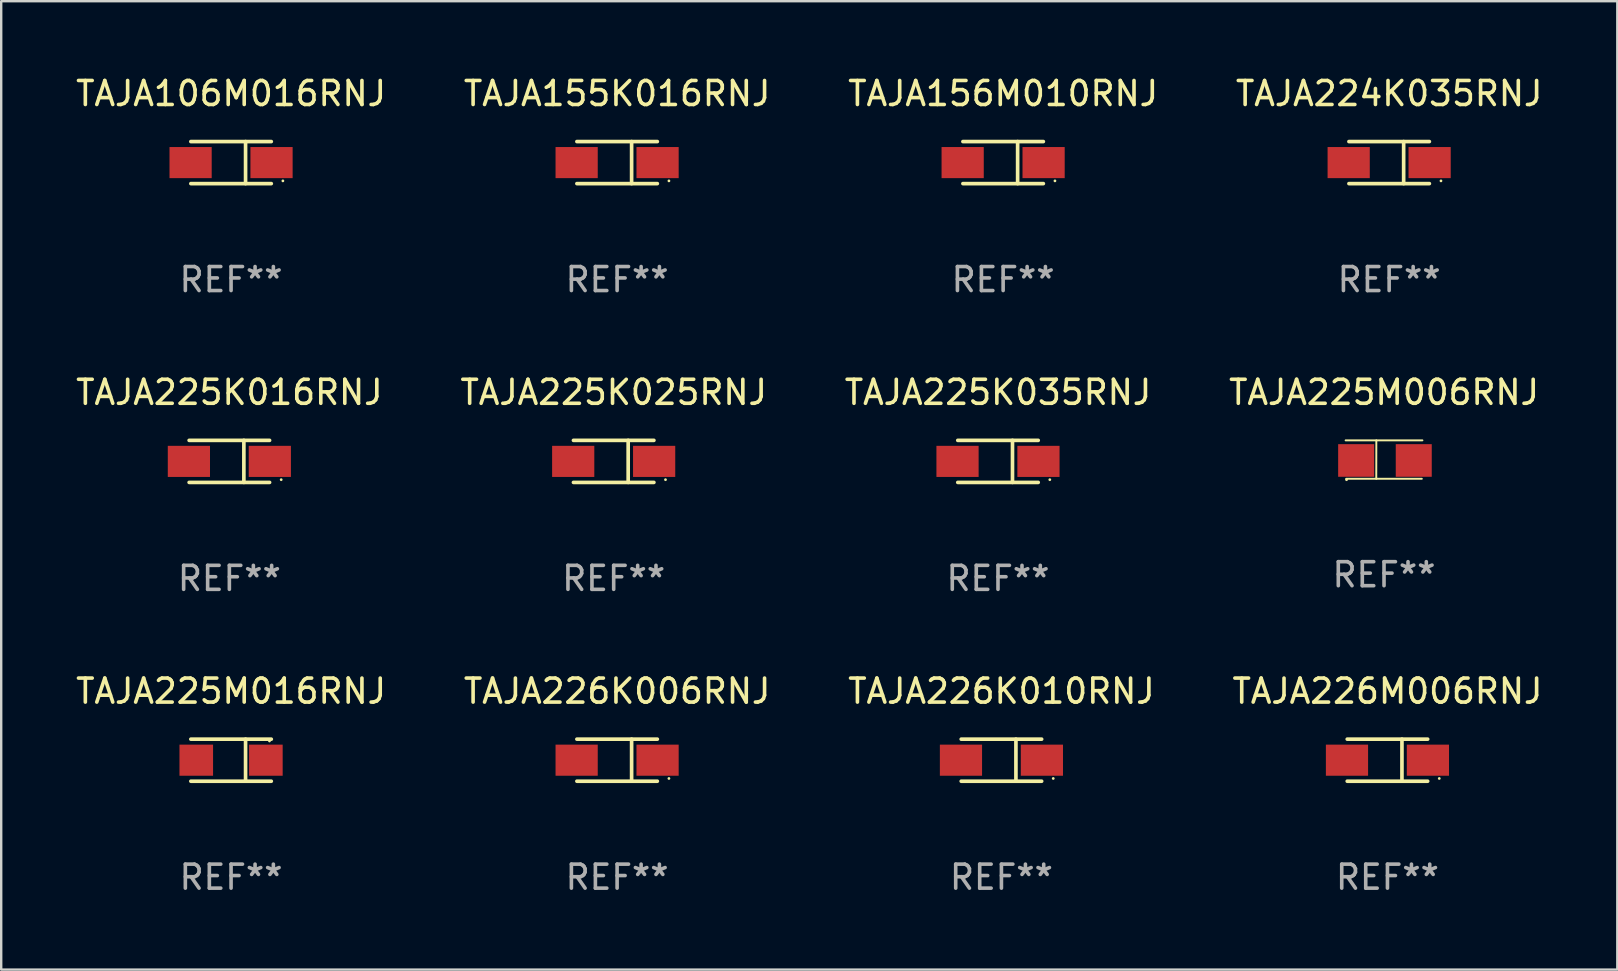
<source format=kicad_pcb>
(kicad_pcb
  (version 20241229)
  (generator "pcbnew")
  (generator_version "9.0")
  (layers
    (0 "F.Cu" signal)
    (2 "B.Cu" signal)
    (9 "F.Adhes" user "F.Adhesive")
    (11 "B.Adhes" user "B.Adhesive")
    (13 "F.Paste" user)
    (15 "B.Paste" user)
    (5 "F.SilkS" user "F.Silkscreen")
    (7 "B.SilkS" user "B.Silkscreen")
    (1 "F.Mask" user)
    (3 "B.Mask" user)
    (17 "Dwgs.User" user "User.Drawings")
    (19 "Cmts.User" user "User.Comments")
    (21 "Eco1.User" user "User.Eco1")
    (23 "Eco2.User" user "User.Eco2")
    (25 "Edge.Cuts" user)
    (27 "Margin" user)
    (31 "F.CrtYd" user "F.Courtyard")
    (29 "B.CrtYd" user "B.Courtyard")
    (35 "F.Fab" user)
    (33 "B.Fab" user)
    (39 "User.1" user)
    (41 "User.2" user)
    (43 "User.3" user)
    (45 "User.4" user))
  (footprint "TAJA225K016RNJ"
    (layer "F.Cu")
    (at 6.506 16.173)
    (property "Reference" "TAJA225K016RNJ" (at 0 -2.876 0) (layer "F.SilkS") (effects (font (size 1 1) (thickness 0.15))))
    (attr through_hole)
    (fp_line (start -1.676 -0.876) (end 1.676 -0.876) (stroke (width 0.152) (type solid)) (layer "F.SilkS"))
    (fp_line (start -1.676 0.876) (end 1.676 0.876) (stroke (width 0.152) (type solid)) (layer "F.SilkS"))
    (fp_line (start 0.604 -0.876) (end 0.604 0.876) (stroke (width 0.152) (type solid)) (layer "F.SilkS"))
    (fp_circle (center 2.159 0.762) (end 2.189 0.762) (stroke (width 0.06) (type solid)) (fill no) (layer "F.SilkS"))
    (fp_text user "REF**" (at 0 4.876 0) (layer "F.Fab") (effects (font (size 1 1) (thickness 0.15))))
    (pad "1" smd rect (at 1.686 0) (size 1.758 1.296) (layers "F.Cu" "F.Mask" "F.Paste"))
    (pad "2" smd rect (at -1.686 0) (size 1.758 1.296) (layers "F.Cu" "F.Mask" "F.Paste")))
  (footprint "TAJA106M016RNJ"
    (layer "F.Cu")
    (at 6.577 3.724)
    (property "Reference" "TAJA106M016RNJ" (at 0 -2.876 0) (layer "F.SilkS") (effects (font (size 1 1) (thickness 0.15))))
    (attr through_hole)
    (fp_line (start -1.676 -0.876) (end 1.676 -0.876) (stroke (width 0.152) (type solid)) (layer "F.SilkS"))
    (fp_line (start -1.676 0.876) (end 1.676 0.876) (stroke (width 0.152) (type solid)) (layer "F.SilkS"))
    (fp_line (start 0.604 -0.876) (end 0.604 0.876) (stroke (width 0.152) (type solid)) (layer "F.SilkS"))
    (fp_circle (center 2.159 0.762) (end 2.189 0.762) (stroke (width 0.06) (type solid)) (fill no) (layer "F.SilkS"))
    (fp_text user "REF**" (at 0 4.876 0) (layer "F.Fab") (effects (font (size 1 1) (thickness 0.15))))
    (pad "1" smd rect (at 1.686 0) (size 1.758 1.296) (layers "F.Cu" "F.Mask" "F.Paste"))
    (pad "2" smd rect (at -1.686 0) (size 1.758 1.296) (layers "F.Cu" "F.Mask" "F.Paste")))
  (footprint "TAJA225M016RNJ"
    (layer "F.Cu")
    (at 6.577 28.622)
    (property "Reference" "TAJA225M016RNJ" (at 0 -2.876 0) (layer "F.SilkS") (effects (font (size 1 1) (thickness 0.15))))
    (attr through_hole)
    (fp_line (start -1.676 -0.876) (end 1.676 -0.876) (stroke (width 0.152) (type solid)) (layer "F.SilkS"))
    (fp_line (start -1.676 0.876) (end 1.676 0.876) (stroke (width 0.152) (type solid)) (layer "F.SilkS"))
    (fp_line (start 0.604 -0.876) (end 0.604 0.876) (stroke (width 0.152) (type solid)) (layer "F.SilkS"))
    (fp_circle (center 1.6 -0.8) (end 1.63 -0.8) (stroke (width 0.06) (type solid)) (fill no) (layer "F.SilkS"))
    (fp_text user "REF**" (at 0 4.876 0) (layer "F.Fab") (effects (font (size 1 1) (thickness 0.15))))
    (pad "1" smd rect (at 1.45 0) (size 1.4 1.296) (layers "F.Cu" "F.Mask" "F.Paste"))
    (pad "2" smd rect (at -1.45 0) (size 1.4 1.296) (layers "F.Cu" "F.Mask" "F.Paste")))
  (footprint "TAJA225K035RNJ"
    (layer "F.Cu")
    (at 38.53 16.173)
    (property "Reference" "TAJA225K035RNJ" (at 0 -2.876 0) (layer "F.SilkS") (effects (font (size 1 1) (thickness 0.15))))
    (attr through_hole)
    (fp_line (start -1.676 -0.876) (end 1.676 -0.876) (stroke (width 0.152) (type solid)) (layer "F.SilkS"))
    (fp_line (start -1.676 0.876) (end 1.676 0.876) (stroke (width 0.152) (type solid)) (layer "F.SilkS"))
    (fp_line (start 0.604 -0.876) (end 0.604 0.876) (stroke (width 0.152) (type solid)) (layer "F.SilkS"))
    (fp_circle (center 2.159 0.762) (end 2.189 0.762) (stroke (width 0.06) (type solid)) (fill no) (layer "F.SilkS"))
    (fp_text user "REF**" (at 0 4.876 0) (layer "F.Fab") (effects (font (size 1 1) (thickness 0.15))))
    (pad "1" smd rect (at 1.686 0) (size 1.758 1.296) (layers "F.Cu" "F.Mask" "F.Paste"))
    (pad "2" smd rect (at -1.686 0) (size 1.758 1.296) (layers "F.Cu" "F.Mask" "F.Paste")))
  (footprint "TAJA156M010RNJ"
    (layer "F.Cu")
    (at 38.744 3.724)
    (property "Reference" "TAJA156M010RNJ" (at 0 -2.876 0) (layer "F.SilkS") (effects (font (size 1 1) (thickness 0.15))))
    (attr through_hole)
    (fp_line (start -1.676 -0.876) (end 1.676 -0.876) (stroke (width 0.152) (type solid)) (layer "F.SilkS"))
    (fp_line (start -1.676 0.876) (end 1.676 0.876) (stroke (width 0.152) (type solid)) (layer "F.SilkS"))
    (fp_line (start 0.604 -0.876) (end 0.604 0.876) (stroke (width 0.152) (type solid)) (layer "F.SilkS"))
    (fp_circle (center 2.159 0.762) (end 2.189 0.762) (stroke (width 0.06) (type solid)) (fill no) (layer "F.SilkS"))
    (fp_text user "REF**" (at 0 4.876 0) (layer "F.Fab") (effects (font (size 1 1) (thickness 0.15))))
    (pad "1" smd rect (at 1.686 0) (size 1.758 1.296) (layers "F.Cu" "F.Mask" "F.Paste"))
    (pad "2" smd rect (at -1.686 0) (size 1.758 1.296) (layers "F.Cu" "F.Mask" "F.Paste")))
  (footprint "TAJA224K035RNJ"
    (layer "F.Cu")
    (at 54.827 3.724)
    (property "Reference" "TAJA224K035RNJ" (at 0 -2.876 0) (layer "F.SilkS") (effects (font (size 1 1) (thickness 0.15))))
    (attr through_hole)
    (fp_line (start -1.676 -0.876) (end 1.676 -0.876) (stroke (width 0.152) (type solid)) (layer "F.SilkS"))
    (fp_line (start -1.676 0.876) (end 1.676 0.876) (stroke (width 0.152) (type solid)) (layer "F.SilkS"))
    (fp_line (start 0.604 -0.876) (end 0.604 0.876) (stroke (width 0.152) (type solid)) (layer "F.SilkS"))
    (fp_circle (center 2.159 0.762) (end 2.189 0.762) (stroke (width 0.06) (type solid)) (fill no) (layer "F.SilkS"))
    (fp_text user "REF**" (at 0 4.876 0) (layer "F.Fab") (effects (font (size 1 1) (thickness 0.15))))
    (pad "1" smd rect (at 1.686 0) (size 1.758 1.296) (layers "F.Cu" "F.Mask" "F.Paste"))
    (pad "2" smd rect (at -1.686 0) (size 1.758 1.296) (layers "F.Cu" "F.Mask" "F.Paste")))
  (footprint "TAJA226M006RNJ"
    (layer "F.Cu")
    (at 54.756 28.622)
    (property "Reference" "TAJA226M006RNJ" (at 0 -2.876 0) (layer "F.SilkS") (effects (font (size 1 1) (thickness 0.15))))
    (attr through_hole)
    (fp_line (start -1.676 -0.876) (end 1.676 -0.876) (stroke (width 0.152) (type solid)) (layer "F.SilkS"))
    (fp_line (start -1.676 0.876) (end 1.676 0.876) (stroke (width 0.152) (type solid)) (layer "F.SilkS"))
    (fp_line (start 0.604 -0.876) (end 0.604 0.876) (stroke (width 0.152) (type solid)) (layer "F.SilkS"))
    (fp_circle (center 2.159 0.762) (end 2.189 0.762) (stroke (width 0.06) (type solid)) (fill no) (layer "F.SilkS"))
    (fp_text user "REF**" (at 0 4.876 0) (layer "F.Fab") (effects (font (size 1 1) (thickness 0.15))))
    (pad "1" smd rect (at 1.686 0) (size 1.758 1.296) (layers "F.Cu" "F.Mask" "F.Paste"))
    (pad "2" smd rect (at -1.686 0) (size 1.758 1.296) (layers "F.Cu" "F.Mask" "F.Paste")))
  (footprint "TAJA226K010RNJ"
    (layer "F.Cu")
    (at 38.673 28.622)
    (property "Reference" "TAJA226K010RNJ" (at 0 -2.876 0) (layer "F.SilkS") (effects (font (size 1 1) (thickness 0.15))))
    (attr through_hole)
    (fp_line (start -1.676 -0.876) (end 1.676 -0.876) (stroke (width 0.152) (type solid)) (layer "F.SilkS"))
    (fp_line (start -1.676 0.876) (end 1.676 0.876) (stroke (width 0.152) (type solid)) (layer "F.SilkS"))
    (fp_line (start 0.604 -0.876) (end 0.604 0.876) (stroke (width 0.152) (type solid)) (layer "F.SilkS"))
    (fp_circle (center 2.159 0.762) (end 2.189 0.762) (stroke (width 0.06) (type solid)) (fill no) (layer "F.SilkS"))
    (fp_text user "REF**" (at 0 4.876 0) (layer "F.Fab") (effects (font (size 1 1) (thickness 0.15))))
    (pad "1" smd rect (at 1.686 0) (size 1.758 1.296) (layers "F.Cu" "F.Mask" "F.Paste"))
    (pad "2" smd rect (at -1.686 0) (size 1.758 1.296) (layers "F.Cu" "F.Mask" "F.Paste")))
  (footprint "TAJA225M006RNJ"
    (layer "F.Cu")
    (at 54.613 16.097)
    (property "Reference" "TAJA225M006RNJ" (at 0 -2.8 0) (layer "F.SilkS") (effects (font (size 1 1) (thickness 0.15))))
    (attr through_hole)
    (fp_line (start -1.6 -0.8) (end 1.6 -0.8) (stroke (width 0.08) (type solid)) (layer "F.SilkS"))
    (fp_line (start -1.575 0.8) (end 1.575 0.8) (stroke (width 0.08) (type solid)) (layer "F.SilkS"))
    (fp_line (start -0.323 0.8) (end -0.32 -0.8) (stroke (width 0.08) (type solid)) (layer "F.SilkS"))
    (fp_circle (center -1.561 0.838) (end -1.531 0.838) (stroke (width 0.06) (type solid)) (fill no) (layer "F.SilkS"))
    (fp_text user "REF**" (at 0 4.8 0) (layer "F.Fab") (effects (font (size 1 1) (thickness 0.15))))
    (pad "1" smd rect (at -1.161 0.038) (size 1.5 1.359) (layers "F.Cu" "F.Mask" "F.Paste"))
    (pad "2" smd rect (at 1.239 0.038) (size 1.5 1.359) (layers "F.Cu" "F.Mask" "F.Paste")))
  (footprint "TAJA155K016RNJ"
    (layer "F.Cu")
    (at 22.661 3.724)
    (property "Reference" "TAJA155K016RNJ" (at 0 -2.876 0) (layer "F.SilkS") (effects (font (size 1 1) (thickness 0.15))))
    (attr through_hole)
    (fp_line (start -1.676 -0.876) (end 1.676 -0.876) (stroke (width 0.152) (type solid)) (layer "F.SilkS"))
    (fp_line (start -1.676 0.876) (end 1.676 0.876) (stroke (width 0.152) (type solid)) (layer "F.SilkS"))
    (fp_line (start 0.604 -0.876) (end 0.604 0.876) (stroke (width 0.152) (type solid)) (layer "F.SilkS"))
    (fp_circle (center 2.159 0.762) (end 2.189 0.762) (stroke (width 0.06) (type solid)) (fill no) (layer "F.SilkS"))
    (fp_text user "REF**" (at 0 4.876 0) (layer "F.Fab") (effects (font (size 1 1) (thickness 0.15))))
    (pad "1" smd rect (at 1.686 0) (size 1.758 1.296) (layers "F.Cu" "F.Mask" "F.Paste"))
    (pad "2" smd rect (at -1.686 0) (size 1.758 1.296) (layers "F.Cu" "F.Mask" "F.Paste")))
  (footprint "TAJA225K025RNJ"
    (layer "F.Cu")
    (at 22.518 16.173)
    (property "Reference" "TAJA225K025RNJ" (at 0 -2.876 0) (layer "F.SilkS") (effects (font (size 1 1) (thickness 0.15))))
    (attr through_hole)
    (fp_line (start -1.676 -0.876) (end 1.676 -0.876) (stroke (width 0.152) (type solid)) (layer "F.SilkS"))
    (fp_line (start -1.676 0.876) (end 1.676 0.876) (stroke (width 0.152) (type solid)) (layer "F.SilkS"))
    (fp_line (start 0.604 -0.876) (end 0.604 0.876) (stroke (width 0.152) (type solid)) (layer "F.SilkS"))
    (fp_circle (center 2.159 0.762) (end 2.189 0.762) (stroke (width 0.06) (type solid)) (fill no) (layer "F.SilkS"))
    (fp_text user "REF**" (at 0 4.876 0) (layer "F.Fab") (effects (font (size 1 1) (thickness 0.15))))
    (pad "1" smd rect (at 1.686 0) (size 1.758 1.296) (layers "F.Cu" "F.Mask" "F.Paste"))
    (pad "2" smd rect (at -1.686 0) (size 1.758 1.296) (layers "F.Cu" "F.Mask" "F.Paste")))
  (footprint "TAJA226K006RNJ"
    (layer "F.Cu")
    (at 22.661 28.622)
    (property "Reference" "TAJA226K006RNJ" (at 0 -2.876 0) (layer "F.SilkS") (effects (font (size 1 1) (thickness 0.15))))
    (attr through_hole)
    (fp_line (start -1.676 -0.876) (end 1.676 -0.876) (stroke (width 0.152) (type solid)) (layer "F.SilkS"))
    (fp_line (start -1.676 0.876) (end 1.676 0.876) (stroke (width 0.152) (type solid)) (layer "F.SilkS"))
    (fp_line (start 0.604 -0.876) (end 0.604 0.876) (stroke (width 0.152) (type solid)) (layer "F.SilkS"))
    (fp_circle (center 2.159 0.762) (end 2.189 0.762) (stroke (width 0.06) (type solid)) (fill no) (layer "F.SilkS"))
    (fp_text user "REF**" (at 0 4.876 0) (layer "F.Fab") (effects (font (size 1 1) (thickness 0.15))))
    (pad "1" smd rect (at 1.686 0) (size 1.758 1.296) (layers "F.Cu" "F.Mask" "F.Paste"))
    (pad "2" smd rect (at -1.686 0) (size 1.758 1.296) (layers "F.Cu" "F.Mask" "F.Paste")))
  (gr_rect
    (start -3 -3)
    (end 64.333 37.347)
    (stroke (width 0.1) (type default))
    (fill no)
    (layer "Edge.Cuts")))
</source>
